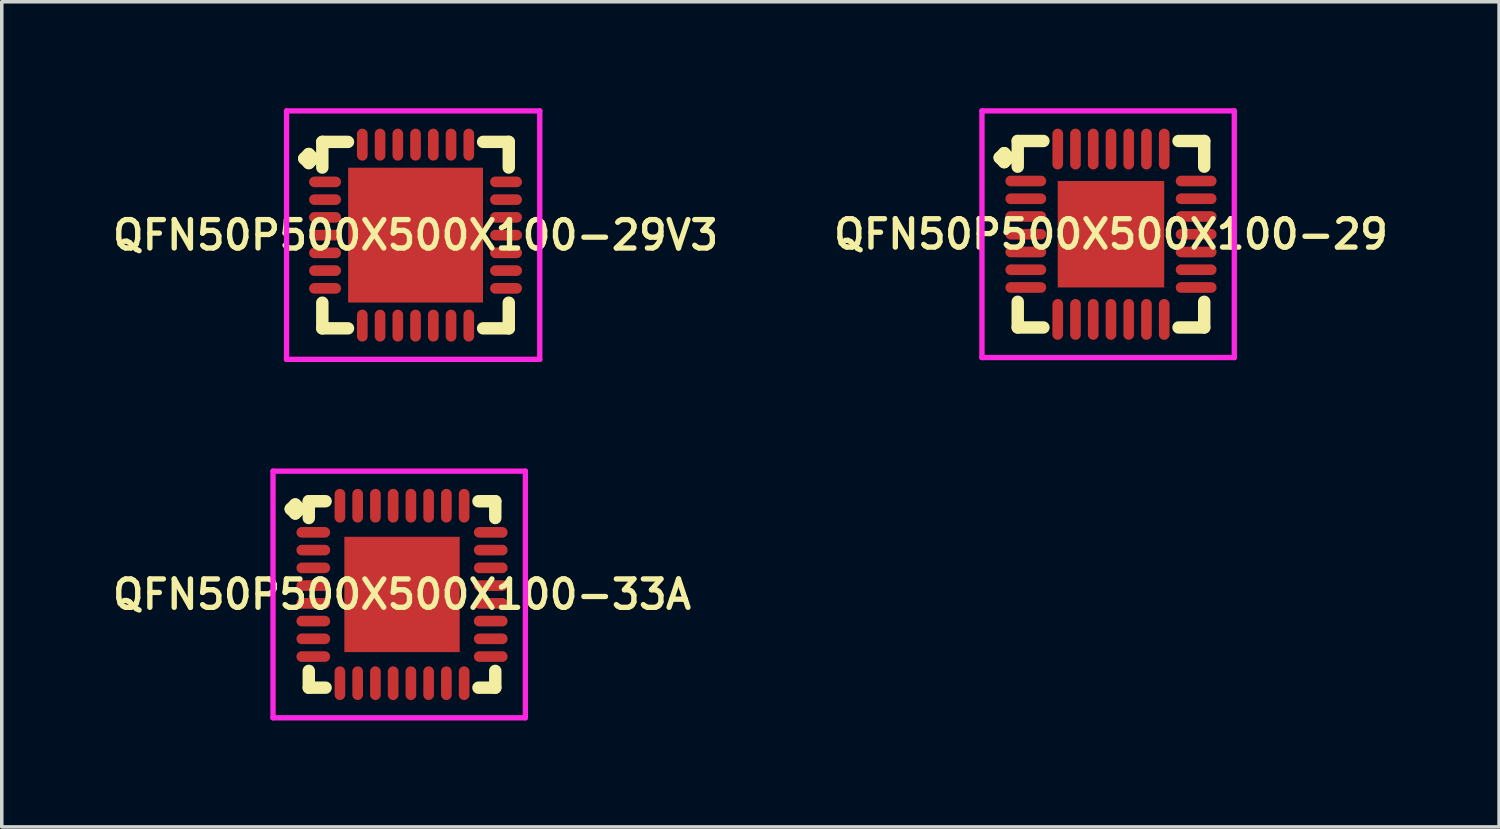
<source format=kicad_pcb>
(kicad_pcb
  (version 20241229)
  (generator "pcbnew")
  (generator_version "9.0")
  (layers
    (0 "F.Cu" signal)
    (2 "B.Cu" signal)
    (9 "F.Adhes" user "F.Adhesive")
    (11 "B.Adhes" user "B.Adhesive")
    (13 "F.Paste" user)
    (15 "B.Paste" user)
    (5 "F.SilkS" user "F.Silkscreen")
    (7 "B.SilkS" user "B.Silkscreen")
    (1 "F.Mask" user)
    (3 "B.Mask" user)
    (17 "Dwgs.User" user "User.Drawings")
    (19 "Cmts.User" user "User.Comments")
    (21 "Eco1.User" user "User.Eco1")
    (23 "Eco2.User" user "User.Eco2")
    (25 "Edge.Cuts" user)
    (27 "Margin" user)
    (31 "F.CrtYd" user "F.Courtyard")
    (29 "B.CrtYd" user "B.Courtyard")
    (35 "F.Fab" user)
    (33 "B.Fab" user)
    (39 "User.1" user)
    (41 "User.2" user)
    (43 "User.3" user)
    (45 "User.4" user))
  (footprint "QFN50P500X500X100-29V3"
    (layer "F.Cu")
    (at 8.659 3.575)
    (property "Reference" "QFN50P500X500X100-29V3" (at 0 0 0) (layer "F.SilkS") (effects (font (size 0.8 0.8) (thickness 0.15))))
    (attr through_hole)
    (fp_line (start -3.135 -2.158) (end -3.008 -2.285) (stroke (width 0.35) (type solid)) (layer "F.SilkS"))
    (fp_line (start -3.008 -2.285) (end -2.881 -2.158) (stroke (width 0.35) (type solid)) (layer "F.SilkS"))
    (fp_line (start -3.008 -2.031) (end -3.135 -2.158) (stroke (width 0.35) (type solid)) (layer "F.SilkS"))
    (fp_line (start -2.881 -2.158) (end -3.008 -2.031) (stroke (width 0.35) (type solid)) (layer "F.SilkS"))
    (fp_line (start -2.627 -2.627) (end -1.904 -2.627) (stroke (width 0.35) (type solid)) (layer "F.SilkS"))
    (fp_line (start -2.627 -1.904) (end -2.627 -2.627) (stroke (width 0.35) (type solid)) (layer "F.SilkS"))
    (fp_line (start -2.627 1.904) (end -2.627 2.627) (stroke (width 0.35) (type solid)) (layer "F.SilkS"))
    (fp_line (start -2.627 2.627) (end -1.904 2.627) (stroke (width 0.35) (type solid)) (layer "F.SilkS"))
    (fp_line (start 1.904 -2.627) (end 2.627 -2.627) (stroke (width 0.35) (type solid)) (layer "F.SilkS"))
    (fp_line (start 1.904 2.627) (end 2.627 2.627) (stroke (width 0.35) (type solid)) (layer "F.SilkS"))
    (fp_line (start 2.627 -2.627) (end 2.627 -1.904) (stroke (width 0.35) (type solid)) (layer "F.SilkS"))
    (fp_line (start 2.627 2.627) (end 2.627 1.904) (stroke (width 0.35) (type solid)) (layer "F.SilkS"))
    (fp_line (start -3.635 -3.5) (end 3.5 -3.5) (stroke (width 0.15) (type solid)) (layer "F.CrtYd"))
    (fp_line (start -3.635 3.5) (end -3.635 -3.5) (stroke (width 0.15) (type solid)) (layer "F.CrtYd"))
    (fp_line (start 3.5 -3.5) (end 3.5 3.5) (stroke (width 0.15) (type solid)) (layer "F.CrtYd"))
    (fp_line (start 3.5 3.5) (end -3.635 3.5) (stroke (width 0.15) (type solid)) (layer "F.CrtYd"))
    (pad "1" smd oval (at -2.55 -1.5) (size 0.9 0.3) (layers "F.Cu" "F.Mask" "F.Paste"))
    (pad "2" smd oval (at -2.55 -1) (size 0.9 0.3) (layers "F.Cu" "F.Mask" "F.Paste"))
    (pad "3" smd oval (at -2.55 -0.5) (size 0.9 0.3) (layers "F.Cu" "F.Mask" "F.Paste"))
    (pad "4" smd oval (at -2.55 0) (size 0.9 0.3) (layers "F.Cu" "F.Mask" "F.Paste"))
    (pad "5" smd oval (at -2.55 0.5) (size 0.9 0.3) (layers "F.Cu" "F.Mask" "F.Paste"))
    (pad "6" smd oval (at -2.55 1) (size 0.9 0.3) (layers "F.Cu" "F.Mask" "F.Paste"))
    (pad "7" smd oval (at -2.55 1.5) (size 0.9 0.3) (layers "F.Cu" "F.Mask" "F.Paste"))
    (pad "8" smd oval (at -1.5 2.55) (size 0.3 0.9) (layers "F.Cu" "F.Mask" "F.Paste"))
    (pad "9" smd oval (at -1 2.55) (size 0.3 0.9) (layers "F.Cu" "F.Mask" "F.Paste"))
    (pad "10" smd oval (at -0.5 2.55) (size 0.3 0.9) (layers "F.Cu" "F.Mask" "F.Paste"))
    (pad "11" smd oval (at 0 2.55) (size 0.3 0.9) (layers "F.Cu" "F.Mask" "F.Paste"))
    (pad "12" smd oval (at 0.5 2.55) (size 0.3 0.9) (layers "F.Cu" "F.Mask" "F.Paste"))
    (pad "13" smd oval (at 1 2.55) (size 0.3 0.9) (layers "F.Cu" "F.Mask" "F.Paste"))
    (pad "14" smd oval (at 1.5 2.55) (size 0.3 0.9) (layers "F.Cu" "F.Mask" "F.Paste"))
    (pad "15" smd oval (at 2.55 1.5) (size 0.9 0.3) (layers "F.Cu" "F.Mask" "F.Paste"))
    (pad "16" smd oval (at 2.55 1) (size 0.9 0.3) (layers "F.Cu" "F.Mask" "F.Paste"))
    (pad "17" smd oval (at 2.55 0.5) (size 0.9 0.3) (layers "F.Cu" "F.Mask" "F.Paste"))
    (pad "18" smd oval (at 2.55 0) (size 0.9 0.3) (layers "F.Cu" "F.Mask" "F.Paste"))
    (pad "19" smd oval (at 2.55 -0.5) (size 0.9 0.3) (layers "F.Cu" "F.Mask" "F.Paste"))
    (pad "20" smd oval (at 2.55 -1) (size 0.9 0.3) (layers "F.Cu" "F.Mask" "F.Paste"))
    (pad "21" smd oval (at 2.55 -1.5) (size 0.9 0.3) (layers "F.Cu" "F.Mask" "F.Paste"))
    (pad "22" smd oval (at 1.5 -2.55) (size 0.3 0.9) (layers "F.Cu" "F.Mask" "F.Paste"))
    (pad "23" smd oval (at 1 -2.55) (size 0.3 0.9) (layers "F.Cu" "F.Mask" "F.Paste"))
    (pad "24" smd oval (at 0.5 -2.55) (size 0.3 0.9) (layers "F.Cu" "F.Mask" "F.Paste"))
    (pad "25" smd oval (at 0 -2.55) (size 0.3 0.9) (layers "F.Cu" "F.Mask" "F.Paste"))
    (pad "26" smd oval (at -0.5 -2.55) (size 0.3 0.9) (layers "F.Cu" "F.Mask" "F.Paste"))
    (pad "27" smd oval (at -1 -2.55) (size 0.3 0.9) (layers "F.Cu" "F.Mask" "F.Paste"))
    (pad "28" smd oval (at -1.5 -2.55) (size 0.3 0.9) (layers "F.Cu" "F.Mask" "F.Paste"))
    (pad "29" smd rect (at 0 0) (size 3.8 3.8) (layers "F.Cu" "F.Mask" "F.Paste")))
  (footprint "QFN50P500X500X100-33A"
    (layer "F.Cu")
    (at 8.278 13.7)
    (property "Reference" "QFN50P500X500X100-33A" (at 0 0 0) (layer "F.SilkS") (effects (font (size 0.8 0.8) (thickness 0.15))))
    (attr through_hole)
    (fp_line (start -3.135 -2.408) (end -3.008 -2.535) (stroke (width 0.35) (type solid)) (layer "F.SilkS"))
    (fp_line (start -3.008 -2.535) (end -2.881 -2.408) (stroke (width 0.35) (type solid)) (layer "F.SilkS"))
    (fp_line (start -3.008 -2.281) (end -3.135 -2.408) (stroke (width 0.35) (type solid)) (layer "F.SilkS"))
    (fp_line (start -2.881 -2.408) (end -3.008 -2.281) (stroke (width 0.35) (type solid)) (layer "F.SilkS"))
    (fp_line (start -2.627 -2.627) (end -2.154 -2.627) (stroke (width 0.35) (type solid)) (layer "F.SilkS"))
    (fp_line (start -2.627 -2.154) (end -2.627 -2.627) (stroke (width 0.35) (type solid)) (layer "F.SilkS"))
    (fp_line (start -2.627 2.154) (end -2.627 2.627) (stroke (width 0.35) (type solid)) (layer "F.SilkS"))
    (fp_line (start -2.627 2.627) (end -2.154 2.627) (stroke (width 0.35) (type solid)) (layer "F.SilkS"))
    (fp_line (start 2.154 -2.627) (end 2.627 -2.627) (stroke (width 0.35) (type solid)) (layer "F.SilkS"))
    (fp_line (start 2.154 2.627) (end 2.627 2.627) (stroke (width 0.35) (type solid)) (layer "F.SilkS"))
    (fp_line (start 2.627 -2.627) (end 2.627 -2.154) (stroke (width 0.35) (type solid)) (layer "F.SilkS"))
    (fp_line (start 2.627 2.627) (end 2.627 2.154) (stroke (width 0.35) (type solid)) (layer "F.SilkS"))
    (fp_line (start -3.635 -3.475) (end 3.475 -3.475) (stroke (width 0.15) (type solid)) (layer "F.CrtYd"))
    (fp_line (start -3.635 3.475) (end -3.635 -3.475) (stroke (width 0.15) (type solid)) (layer "F.CrtYd"))
    (fp_line (start 3.475 -3.475) (end 3.475 3.475) (stroke (width 0.15) (type solid)) (layer "F.CrtYd"))
    (fp_line (start 3.475 3.475) (end -3.635 3.475) (stroke (width 0.15) (type solid)) (layer "F.CrtYd"))
    (pad "1" smd oval (at -2.5 -1.75) (size 0.95 0.3) (layers "F.Cu" "F.Mask" "F.Paste"))
    (pad "2" smd oval (at -2.5 -1.25) (size 0.95 0.3) (layers "F.Cu" "F.Mask" "F.Paste"))
    (pad "3" smd oval (at -2.5 -0.75) (size 0.95 0.3) (layers "F.Cu" "F.Mask" "F.Paste"))
    (pad "4" smd oval (at -2.5 -0.25) (size 0.95 0.3) (layers "F.Cu" "F.Mask" "F.Paste"))
    (pad "5" smd oval (at -2.5 0.25) (size 0.95 0.3) (layers "F.Cu" "F.Mask" "F.Paste"))
    (pad "6" smd oval (at -2.5 0.75) (size 0.95 0.3) (layers "F.Cu" "F.Mask" "F.Paste"))
    (pad "7" smd oval (at -2.5 1.25) (size 0.95 0.3) (layers "F.Cu" "F.Mask" "F.Paste"))
    (pad "8" smd oval (at -2.5 1.75) (size 0.95 0.3) (layers "F.Cu" "F.Mask" "F.Paste"))
    (pad "9" smd oval (at -1.75 2.5) (size 0.3 0.95) (layers "F.Cu" "F.Mask" "F.Paste"))
    (pad "10" smd oval (at -1.25 2.5) (size 0.3 0.95) (layers "F.Cu" "F.Mask" "F.Paste"))
    (pad "11" smd oval (at -0.75 2.5) (size 0.3 0.95) (layers "F.Cu" "F.Mask" "F.Paste"))
    (pad "12" smd oval (at -0.25 2.5) (size 0.3 0.95) (layers "F.Cu" "F.Mask" "F.Paste"))
    (pad "13" smd oval (at 0.25 2.5) (size 0.3 0.95) (layers "F.Cu" "F.Mask" "F.Paste"))
    (pad "14" smd oval (at 0.75 2.5) (size 0.3 0.95) (layers "F.Cu" "F.Mask" "F.Paste"))
    (pad "15" smd oval (at 1.25 2.5) (size 0.3 0.95) (layers "F.Cu" "F.Mask" "F.Paste"))
    (pad "16" smd oval (at 1.75 2.5) (size 0.3 0.95) (layers "F.Cu" "F.Mask" "F.Paste"))
    (pad "17" smd oval (at 2.5 1.75) (size 0.95 0.3) (layers "F.Cu" "F.Mask" "F.Paste"))
    (pad "18" smd oval (at 2.5 1.25) (size 0.95 0.3) (layers "F.Cu" "F.Mask" "F.Paste"))
    (pad "19" smd oval (at 2.5 0.75) (size 0.95 0.3) (layers "F.Cu" "F.Mask" "F.Paste"))
    (pad "20" smd oval (at 2.5 0.25) (size 0.95 0.3) (layers "F.Cu" "F.Mask" "F.Paste"))
    (pad "21" smd oval (at 2.5 -0.25) (size 0.95 0.3) (layers "F.Cu" "F.Mask" "F.Paste"))
    (pad "22" smd oval (at 2.5 -0.75) (size 0.95 0.3) (layers "F.Cu" "F.Mask" "F.Paste"))
    (pad "23" smd oval (at 2.5 -1.25) (size 0.95 0.3) (layers "F.Cu" "F.Mask" "F.Paste"))
    (pad "24" smd oval (at 2.5 -1.75) (size 0.95 0.3) (layers "F.Cu" "F.Mask" "F.Paste"))
    (pad "25" smd oval (at 1.75 -2.5) (size 0.3 0.95) (layers "F.Cu" "F.Mask" "F.Paste"))
    (pad "26" smd oval (at 1.25 -2.5) (size 0.3 0.95) (layers "F.Cu" "F.Mask" "F.Paste"))
    (pad "27" smd oval (at 0.75 -2.5) (size 0.3 0.95) (layers "F.Cu" "F.Mask" "F.Paste"))
    (pad "28" smd oval (at 0.25 -2.5) (size 0.3 0.95) (layers "F.Cu" "F.Mask" "F.Paste"))
    (pad "29" smd oval (at -0.25 -2.5) (size 0.3 0.95) (layers "F.Cu" "F.Mask" "F.Paste"))
    (pad "30" smd oval (at -0.75 -2.5) (size 0.3 0.95) (layers "F.Cu" "F.Mask" "F.Paste"))
    (pad "31" smd oval (at -1.25 -2.5) (size 0.3 0.95) (layers "F.Cu" "F.Mask" "F.Paste"))
    (pad "32" smd oval (at -1.75 -2.5) (size 0.3 0.95) (layers "F.Cu" "F.Mask" "F.Paste"))
    (pad "33" smd rect (at 0 0) (size 3.25 3.25) (layers "F.Cu" "F.Mask" "F.Paste")))
  (footprint "QFN50P500X500X100-29"
    (layer "F.Cu")
    (at 28.254 3.55)
    (property "Reference" "QFN50P500X500X100-29" (at 0 0 0) (layer "F.SilkS") (effects (font (size 0.8 0.8) (thickness 0.15))))
    (attr smd)
    (fp_line (start -3.135 -2.158) (end -3.008 -2.285) (stroke (width 0.35) (type solid)) (layer "F.SilkS"))
    (fp_line (start -3.008 -2.285) (end -2.881 -2.158) (stroke (width 0.35) (type solid)) (layer "F.SilkS"))
    (fp_line (start -3.008 -2.031) (end -3.135 -2.158) (stroke (width 0.35) (type solid)) (layer "F.SilkS"))
    (fp_line (start -2.881 -2.158) (end -3.008 -2.031) (stroke (width 0.35) (type solid)) (layer "F.SilkS"))
    (fp_line (start -2.627 -2.627) (end -1.904 -2.627) (stroke (width 0.35) (type solid)) (layer "F.SilkS"))
    (fp_line (start -2.627 -1.904) (end -2.627 -2.627) (stroke (width 0.35) (type solid)) (layer "F.SilkS"))
    (fp_line (start -2.627 1.904) (end -2.627 2.627) (stroke (width 0.35) (type solid)) (layer "F.SilkS"))
    (fp_line (start -2.627 2.627) (end -1.904 2.627) (stroke (width 0.35) (type solid)) (layer "F.SilkS"))
    (fp_line (start 1.904 -2.627) (end 2.627 -2.627) (stroke (width 0.35) (type solid)) (layer "F.SilkS"))
    (fp_line (start 1.904 2.627) (end 2.627 2.627) (stroke (width 0.35) (type solid)) (layer "F.SilkS"))
    (fp_line (start 2.627 -2.627) (end 2.627 -1.904) (stroke (width 0.35) (type solid)) (layer "F.SilkS"))
    (fp_line (start 2.627 2.627) (end 2.627 1.904) (stroke (width 0.35) (type solid)) (layer "F.SilkS"))
    (fp_line (start -3.635 -3.475) (end 3.475 -3.475) (stroke (width 0.15) (type solid)) (layer "F.CrtYd"))
    (fp_line (start -3.635 3.475) (end -3.635 -3.475) (stroke (width 0.15) (type solid)) (layer "F.CrtYd"))
    (fp_line (start 3.475 -3.475) (end 3.475 3.475) (stroke (width 0.15) (type solid)) (layer "F.CrtYd"))
    (fp_line (start 3.475 3.475) (end -3.635 3.475) (stroke (width 0.15) (type solid)) (layer "F.CrtYd"))
    (pad "1" smd oval (at -2.4 -1.5) (size 1.15 0.3) (layers "F.Cu" "F.Mask" "F.Paste"))
    (pad "2" smd oval (at -2.4 -1) (size 1.15 0.3) (layers "F.Cu" "F.Mask" "F.Paste"))
    (pad "3" smd oval (at -2.4 -0.5) (size 1.15 0.3) (layers "F.Cu" "F.Mask" "F.Paste"))
    (pad "4" smd oval (at -2.4 0) (size 1.15 0.3) (layers "F.Cu" "F.Mask" "F.Paste"))
    (pad "5" smd oval (at -2.4 0.5) (size 1.15 0.3) (layers "F.Cu" "F.Mask" "F.Paste"))
    (pad "6" smd oval (at -2.4 1) (size 1.15 0.3) (layers "F.Cu" "F.Mask" "F.Paste"))
    (pad "7" smd oval (at -2.4 1.5) (size 1.15 0.3) (layers "F.Cu" "F.Mask" "F.Paste"))
    (pad "8" smd oval (at -1.5 2.4) (size 0.3 1.15) (layers "F.Cu" "F.Mask" "F.Paste"))
    (pad "9" smd oval (at -1 2.4) (size 0.3 1.15) (layers "F.Cu" "F.Mask" "F.Paste"))
    (pad "10" smd oval (at -0.5 2.4) (size 0.3 1.15) (layers "F.Cu" "F.Mask" "F.Paste"))
    (pad "11" smd oval (at 0 2.4) (size 0.3 1.15) (layers "F.Cu" "F.Mask" "F.Paste"))
    (pad "12" smd oval (at 0.5 2.4) (size 0.3 1.15) (layers "F.Cu" "F.Mask" "F.Paste"))
    (pad "13" smd oval (at 1 2.4) (size 0.3 1.15) (layers "F.Cu" "F.Mask" "F.Paste"))
    (pad "14" smd oval (at 1.5 2.4) (size 0.3 1.15) (layers "F.Cu" "F.Mask" "F.Paste"))
    (pad "15" smd oval (at 2.4 1.5) (size 1.15 0.3) (layers "F.Cu" "F.Mask" "F.Paste"))
    (pad "16" smd oval (at 2.4 1) (size 1.15 0.3) (layers "F.Cu" "F.Mask" "F.Paste"))
    (pad "17" smd oval (at 2.4 0.5) (size 1.15 0.3) (layers "F.Cu" "F.Mask" "F.Paste"))
    (pad "18" smd oval (at 2.4 0) (size 1.15 0.3) (layers "F.Cu" "F.Mask" "F.Paste"))
    (pad "19" smd oval (at 2.4 -0.5) (size 1.15 0.3) (layers "F.Cu" "F.Mask" "F.Paste"))
    (pad "20" smd oval (at 2.4 -1) (size 1.15 0.3) (layers "F.Cu" "F.Mask" "F.Paste"))
    (pad "21" smd oval (at 2.4 -1.5) (size 1.15 0.3) (layers "F.Cu" "F.Mask" "F.Paste"))
    (pad "22" smd oval (at 1.5 -2.4) (size 0.3 1.15) (layers "F.Cu" "F.Mask" "F.Paste"))
    (pad "23" smd oval (at 1 -2.4) (size 0.3 1.15) (layers "F.Cu" "F.Mask" "F.Paste"))
    (pad "24" smd oval (at 0.5 -2.4) (size 0.3 1.15) (layers "F.Cu" "F.Mask" "F.Paste"))
    (pad "25" smd oval (at 0 -2.4) (size 0.3 1.15) (layers "F.Cu" "F.Mask" "F.Paste"))
    (pad "26" smd oval (at -0.5 -2.4) (size 0.3 1.15) (layers "F.Cu" "F.Mask" "F.Paste"))
    (pad "27" smd oval (at -1 -2.4) (size 0.3 1.15) (layers "F.Cu" "F.Mask" "F.Paste"))
    (pad "28" smd oval (at -1.5 -2.4) (size 0.3 1.15) (layers "F.Cu" "F.Mask" "F.Paste"))
    (pad "29" smd rect (at 0 0) (size 3 3) (layers "F.Cu" "F.Mask" "F.Paste")))
  (gr_rect
    (start -3 -3)
    (end 39.19 20.25)
    (stroke (width 0.1) (type default))
    (fill no)
    (layer "Edge.Cuts")))
</source>
